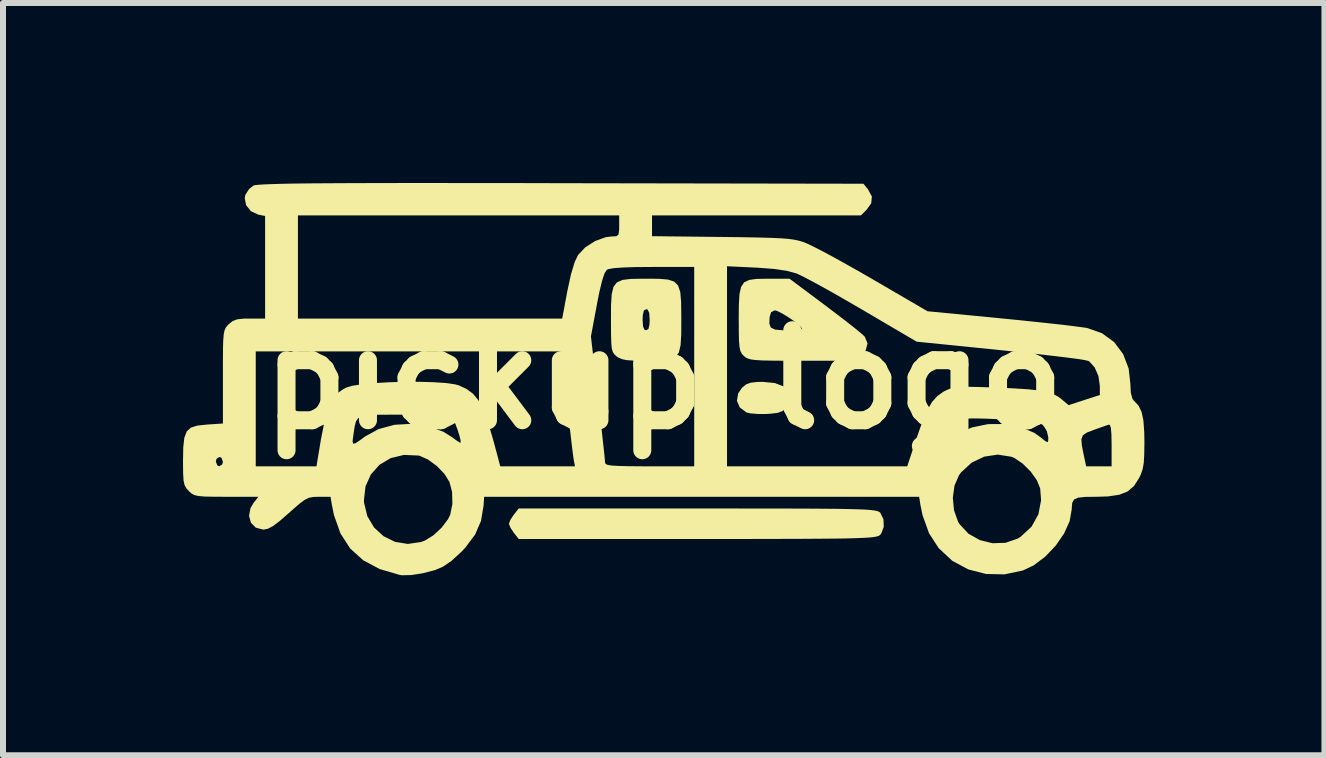
<source format=kicad_pcb>
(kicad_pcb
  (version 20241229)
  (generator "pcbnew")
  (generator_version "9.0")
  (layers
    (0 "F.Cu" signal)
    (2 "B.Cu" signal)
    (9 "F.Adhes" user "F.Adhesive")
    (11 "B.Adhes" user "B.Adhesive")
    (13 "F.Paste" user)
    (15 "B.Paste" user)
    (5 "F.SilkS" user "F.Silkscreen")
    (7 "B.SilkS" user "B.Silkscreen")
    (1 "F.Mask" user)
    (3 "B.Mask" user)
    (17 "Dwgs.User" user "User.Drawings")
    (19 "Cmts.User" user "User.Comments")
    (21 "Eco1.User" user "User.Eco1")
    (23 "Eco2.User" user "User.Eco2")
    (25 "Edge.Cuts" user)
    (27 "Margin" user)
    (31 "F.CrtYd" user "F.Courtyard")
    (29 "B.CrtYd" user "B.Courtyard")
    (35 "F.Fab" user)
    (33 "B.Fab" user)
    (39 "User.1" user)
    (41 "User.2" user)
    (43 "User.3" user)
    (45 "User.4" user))
  (footprint "pickup logo"
    (layer "F.Cu")
    (at 8.011 3.275)
    (property "Reference" "pickup logo" (at 0 0 0) (layer "F.SilkS") (effects (font (size 1.5 1.5) (thickness 0.3))))
    (attr board_only exclude_from_pos_files exclude_from_bom)
    (fp_poly (pts (xy 1.853 0.059) (xy 1.999 0.115) (xy 2.088 0.201) (xy 2.112 0.308) (xy 2.067 0.432) (xy 2.037 0.472) (xy 1.981 0.525) (xy 1.902 0.555) (xy 1.778 0.57) (xy 1.715 0.574) (xy 1.569 0.574) (xy 1.445 0.564) (xy 1.38 0.549) (xy 1.268 0.466) (xy 1.22 0.354) (xy 1.241 0.23) (xy 1.307 0.135) (xy 1.373 0.081) (xy 1.451 0.052) (xy 1.566 0.04) (xy 1.654 0.039)) (stroke (width 0) (type solid)) (fill yes) (layer "F.SilkS"))
    (fp_poly (pts (xy 1.117 2.149) (xy 1.598 2.15) (xy 2.012 2.15) (xy 2.363 2.151) (xy 2.657 2.153) (xy 2.899 2.155) (xy 3.095 2.159) (xy 3.249 2.163) (xy 3.368 2.168) (xy 3.455 2.175) (xy 3.517 2.183) (xy 3.559 2.192) (xy 3.586 2.203) (xy 3.604 2.215) (xy 3.609 2.221) (xy 3.662 2.328) (xy 3.667 2.455) (xy 3.625 2.566) (xy 3.602 2.593) (xy 3.583 2.605) (xy 3.553 2.615) (xy 3.506 2.624) (xy 3.437 2.632) (xy 3.34 2.638) (xy 3.211 2.643) (xy 3.044 2.648) (xy 2.834 2.651) (xy 2.575 2.653) (xy 2.263 2.655) (xy 1.892 2.656) (xy 1.457 2.657) (xy 0.953 2.657) (xy 0.557 2.657) (xy -2.417 2.657) (xy -2.498 2.554) (xy -2.554 2.47) (xy -2.579 2.406) (xy -2.579 2.403) (xy -2.557 2.341) (xy -2.502 2.257) (xy -2.498 2.252) (xy -2.417 2.149) (xy 0.563 2.149)) (stroke (width 0) (type solid)) (fill yes) (layer "F.SilkS"))
    (fp_poly (pts (xy -0.082 -1.679) (xy 0.071 -1.666) (xy 0.175 -1.632) (xy 0.24 -1.566) (xy 0.276 -1.457) (xy 0.29 -1.294) (xy 0.293 -1.066) (xy 0.293 -0.996) (xy 0.292 -0.751) (xy 0.281 -0.572) (xy 0.252 -0.45) (xy 0.195 -0.374) (xy 0.102 -0.333) (xy -0.038 -0.316) (xy -0.233 -0.313) (xy -0.293 -0.313) (xy -0.484 -0.315) (xy -0.615 -0.323) (xy -0.702 -0.341) (xy -0.763 -0.37) (xy -0.787 -0.387) (xy -0.824 -0.421) (xy -0.849 -0.461) (xy -0.866 -0.52) (xy -0.874 -0.614) (xy -0.878 -0.757) (xy -0.879 -0.961) (xy -0.879 -0.996) (xy -0.352 -0.996) (xy -0.344 -0.881) (xy -0.318 -0.828) (xy -0.293 -0.821) (xy -0.254 -0.844) (xy -0.237 -0.922) (xy -0.234 -0.996) (xy -0.242 -1.112) (xy -0.268 -1.165) (xy -0.293 -1.172) (xy -0.332 -1.149) (xy -0.349 -1.071) (xy -0.352 -0.996) (xy -0.879 -0.996) (xy -0.878 -1.242) (xy -0.867 -1.421) (xy -0.838 -1.543) (xy -0.781 -1.619) (xy -0.688 -1.66) (xy -0.548 -1.677) (xy -0.353 -1.68) (xy -0.293 -1.68)) (stroke (width 0) (type solid)) (fill yes) (layer "F.SilkS"))
    (fp_poly (pts (xy 2.699 -1.23) (xy 2.89 -1.085) (xy 3.062 -0.953) (xy 3.203 -0.842) (xy 3.302 -0.76) (xy 3.35 -0.715) (xy 3.351 -0.714) (xy 3.397 -0.601) (xy 3.365 -0.484) (xy 3.304 -0.409) (xy 3.208 -0.313) (xy 2.315 -0.313) (xy 2.027 -0.313) (xy 1.807 -0.315) (xy 1.644 -0.318) (xy 1.529 -0.325) (xy 1.45 -0.336) (xy 1.398 -0.351) (xy 1.361 -0.371) (xy 1.336 -0.392) (xy 1.301 -0.43) (xy 1.278 -0.475) (xy 1.263 -0.544) (xy 1.254 -0.65) (xy 1.251 -0.806) (xy 1.251 -0.932) (xy 1.76 -0.932) (xy 1.786 -0.865) (xy 1.857 -0.832) (xy 1.986 -0.821) (xy 2.05 -0.821) (xy 2.18 -0.825) (xy 2.271 -0.835) (xy 2.305 -0.85) (xy 2.273 -0.893) (xy 2.194 -0.958) (xy 2.09 -1.03) (xy 1.982 -1.097) (xy 1.892 -1.142) (xy 1.85 -1.153) (xy 1.79 -1.123) (xy 1.765 -1.042) (xy 1.76 -0.932) (xy 1.251 -0.932) (xy 1.25 -0.998) (xy 1.252 -1.244) (xy 1.262 -1.422) (xy 1.289 -1.543) (xy 1.34 -1.619) (xy 1.424 -1.66) (xy 1.547 -1.677) (xy 1.719 -1.68) (xy 1.752 -1.68) (xy 2.097 -1.68)) (stroke (width 0) (type solid)) (fill yes) (layer "F.SilkS"))
    (fp_poly (pts (xy -3.15 -3.274) (xy -2.465 -3.274) (xy -1.706 -3.272) (xy 3.328 -3.263) (xy 3.403 -3.171) (xy 3.469 -3.05) (xy 3.458 -2.936) (xy 3.382 -2.831) (xy 3.286 -2.735) (xy 1.545 -2.735) (xy -0.195 -2.735) (xy -0.195 -2.562) (xy -0.195 -2.389) (xy 0.967 -2.376) (xy 1.306 -2.372) (xy 1.576 -2.367) (xy 1.788 -2.361) (xy 1.951 -2.354) (xy 2.077 -2.344) (xy 2.173 -2.331) (xy 2.252 -2.314) (xy 2.322 -2.293) (xy 2.347 -2.284) (xy 2.439 -2.243) (xy 2.587 -2.169) (xy 2.779 -2.067) (xy 3.004 -1.943) (xy 3.249 -1.805) (xy 3.48 -1.672) (xy 4.396 -1.138) (xy 5.627 -1.019) (xy 5.939 -0.988) (xy 6.236 -0.957) (xy 6.505 -0.928) (xy 6.735 -0.902) (xy 6.914 -0.879) (xy 7.032 -0.863) (xy 7.06 -0.858) (xy 7.305 -0.771) (xy 7.506 -0.624) (xy 7.656 -0.425) (xy 7.748 -0.185) (xy 7.776 0.062) (xy 7.785 0.223) (xy 7.811 0.32) (xy 7.837 0.354) (xy 7.912 0.434) (xy 7.963 0.538) (xy 7.994 0.681) (xy 8.008 0.877) (xy 8.011 1.045) (xy 8.008 1.245) (xy 8 1.388) (xy 7.981 1.494) (xy 7.95 1.584) (xy 7.923 1.64) (xy 7.838 1.773) (xy 7.733 1.864) (xy 7.593 1.92) (xy 7.403 1.948) (xy 7.205 1.954) (xy 7.023 1.956) (xy 6.906 1.969) (xy 6.839 1.999) (xy 6.808 2.053) (xy 6.8 2.139) (xy 6.799 2.165) (xy 6.765 2.36) (xy 6.672 2.566) (xy 6.532 2.769) (xy 6.358 2.952) (xy 6.165 3.097) (xy 5.983 3.183) (xy 5.677 3.247) (xy 5.371 3.24) (xy 5.078 3.165) (xy 4.814 3.024) (xy 4.8 3.013) (xy 4.582 2.81) (xy 4.421 2.561) (xy 4.313 2.26) (xy 4.28 2.1) (xy 4.259 1.97) (xy 4.818 1.97) (xy 4.838 2.18) (xy 4.905 2.368) (xy 4.93 2.41) (xy 5.078 2.569) (xy 5.268 2.676) (xy 5.48 2.728) (xy 5.696 2.721) (xy 5.898 2.651) (xy 5.949 2.619) (xy 6.13 2.452) (xy 6.244 2.246) (xy 6.289 2.011) (xy 6.274 1.816) (xy 6.219 1.679) (xy 6.115 1.533) (xy 5.982 1.401) (xy 5.844 1.307) (xy 5.795 1.287) (xy 5.567 1.251) (xy 5.341 1.285) (xy 5.132 1.385) (xy 4.958 1.545) (xy 4.92 1.596) (xy 4.846 1.766) (xy 4.818 1.97) (xy 4.259 1.97) (xy 4.256 1.954) (xy 0.631 1.954) (xy -2.993 1.954) (xy -3.002 2.1) (xy -3.045 2.356) (xy -3.144 2.585) (xy -3.309 2.805) (xy -3.377 2.876) (xy -3.538 3.023) (xy -3.679 3.119) (xy -3.81 3.175) (xy -4.012 3.228) (xy -4.203 3.258) (xy -4.356 3.262) (xy -4.396 3.257) (xy -4.732 3.159) (xy -5.007 3.013) (xy -5.225 2.816) (xy -5.387 2.565) (xy -5.496 2.257) (xy -5.528 2.1) (xy -5.543 2.013) (xy -4.996 2.013) (xy -4.994 2.052) (xy -4.94 2.276) (xy -4.828 2.465) (xy -4.669 2.611) (xy -4.478 2.705) (xy -4.266 2.74) (xy -4.045 2.708) (xy -3.975 2.681) (xy -3.837 2.595) (xy -3.701 2.468) (xy -3.594 2.326) (xy -3.558 2.254) (xy -3.522 2.074) (xy -3.527 1.874) (xy -3.57 1.708) (xy -3.653 1.574) (xy -3.78 1.442) (xy -3.926 1.334) (xy -4.065 1.272) (xy -4.084 1.267) (xy -4.329 1.256) (xy -4.55 1.31) (xy -4.737 1.421) (xy -4.88 1.581) (xy -4.97 1.781) (xy -4.996 2.013) (xy -5.543 2.013) (xy -5.552 1.954) (xy -5.75 1.954) (xy -5.841 1.957) (xy -5.915 1.971) (xy -5.987 2.007) (xy -6.076 2.074) (xy -6.199 2.182) (xy -6.25 2.227) (xy -6.401 2.359) (xy -6.513 2.443) (xy -6.598 2.487) (xy -6.67 2.501) (xy -6.674 2.501) (xy -6.798 2.469) (xy -6.879 2.387) (xy -6.911 2.271) (xy -6.886 2.142) (xy -6.836 2.057) (xy -6.755 1.954) (xy -7.287 1.954) (xy -7.501 1.953) (xy -7.652 1.95) (xy -7.753 1.941) (xy -7.82 1.926) (xy -7.867 1.901) (xy -7.909 1.864) (xy -7.915 1.858) (xy -7.958 1.809) (xy -7.986 1.756) (xy -8.002 1.68) (xy -8.009 1.564) (xy -8.011 1.39) (xy -8.011 1.368) (xy -7.464 1.368) (xy -7.439 1.431) (xy -7.405 1.446) (xy -7.357 1.413) (xy -7.346 1.368) (xy -7.371 1.304) (xy -7.405 1.29) (xy -7.453 1.322) (xy -7.464 1.368) (xy -8.011 1.368) (xy -8.011 1.354) (xy -8.007 1.129) (xy -7.989 0.97) (xy -7.949 0.865) (xy -7.879 0.801) (xy -7.771 0.767) (xy -7.617 0.751) (xy -7.606 0.75) (xy -7.346 0.733) (xy -7.346 -0.045) (xy -7.346 -0.31) (xy -7.345 -0.469) (xy -6.799 -0.469) (xy -6.799 0.488) (xy -6.799 1.446) (xy -6.293 1.446) (xy -5.787 1.446) (xy -5.766 1.319) (xy -5.717 1.026) (xy -5.185 1.026) (xy -5.177 1.069) (xy -5.137 1.062) (xy -5.053 1.006) (xy -4.98 0.951) (xy -4.75 0.825) (xy -4.485 0.754) (xy -4.204 0.738) (xy -3.926 0.776) (xy -3.672 0.87) (xy -3.532 0.958) (xy -3.448 1.019) (xy -3.394 1.053) (xy -3.387 1.055) (xy -3.384 1.023) (xy -3.402 0.943) (xy -3.435 0.839) (xy -3.473 0.737) (xy -3.508 0.659) (xy -3.521 0.639) (xy -3.555 0.62) (xy -3.624 0.606) (xy -3.738 0.596) (xy -3.906 0.59) (xy -4.137 0.587) (xy -4.324 0.586) (xy -4.592 0.586) (xy -4.793 0.587) (xy -4.936 0.595) (xy -5.033 0.613) (xy -5.094 0.647) (xy -5.129 0.699) (xy -5.149 0.774) (xy -5.165 0.877) (xy -5.173 0.931) (xy -5.185 1.026) (xy -5.717 1.026) (xy -5.713 1) (xy -5.663 0.749) (xy -5.614 0.556) (xy -5.562 0.411) (xy -5.501 0.303) (xy -5.43 0.223) (xy -5.342 0.162) (xy -5.289 0.133) (xy -5.186 0.103) (xy -5.022 0.078) (xy -4.811 0.059) (xy -4.571 0.045) (xy -4.316 0.038) (xy -4.064 0.038) (xy -3.829 0.045) (xy -3.628 0.058) (xy -3.478 0.08) (xy -3.418 0.096) (xy -3.286 0.157) (xy -3.179 0.236) (xy -3.09 0.343) (xy -3.011 0.49) (xy -2.936 0.689) (xy -2.858 0.95) (xy -2.831 1.045) (xy -2.724 1.446) (xy -2.101 1.446) (xy -1.479 1.446) (xy -1.5 1.338) (xy -1.51 1.267) (xy -1.527 1.132) (xy -1.549 0.947) (xy -1.574 0.726) (xy -1.601 0.485) (xy -1.602 0.469) (xy -1.629 0.228) (xy -1.653 0.009) (xy -1.675 -0.174) (xy -1.692 -0.308) (xy -1.702 -0.379) (xy -1.703 -0.381) (xy -1.721 -0.469) (xy -4.26 -0.469) (xy -6.799 -0.469) (xy -7.345 -0.469) (xy -7.345 -0.509) (xy -7.341 -0.652) (xy -7.335 -0.718) (xy -1.213 -0.718) (xy -1.095 0.304) (xy -1.063 0.58) (xy -1.035 0.833) (xy -1.011 1.051) (xy -0.992 1.223) (xy -0.981 1.339) (xy -0.977 1.386) (xy -0.968 1.407) (xy -0.935 1.422) (xy -0.868 1.433) (xy -0.757 1.44) (xy -0.593 1.444) (xy -0.364 1.446) (xy -0.234 1.446) (xy 0.508 1.446) (xy 0.508 -0.215) (xy 0.508 -1.876) (xy -0.188 -1.876) (xy -0.473 -1.874) (xy -0.685 -1.867) (xy -0.833 -1.856) (xy -0.922 -1.84) (xy -0.95 -1.827) (xy -0.987 -1.768) (xy -1.028 -1.643) (xy -1.075 -1.448) (xy -1.114 -1.248) (xy -1.213 -0.718) (xy -7.335 -0.718) (xy -7.333 -0.75) (xy -7.32 -0.816) (xy -7.301 -0.861) (xy -7.274 -0.896) (xy -7.251 -0.92) (xy -7.185 -0.974) (xy -7.109 -1.003) (xy -6.997 -1.015) (xy -6.899 -1.016) (xy -6.643 -1.016) (xy -6.643 -1.871) (xy -6.643 -2.726) (xy -6.692 -2.735) (xy -6.096 -2.735) (xy -6.096 -1.876) (xy -6.096 -1.016) (xy -3.894 -1.016) (xy -1.692 -1.016) (xy -1.606 -1.475) (xy -1.545 -1.756) (xy -1.505 -1.888) (xy 1.055 -1.888) (xy 1.055 -0.221) (xy 1.055 1.446) (xy 2.556 1.446) (xy 4.058 1.446) (xy 4.217 0.966) (xy 4.767 0.966) (xy 4.797 0.96) (xy 4.869 0.921) (xy 4.894 0.907) (xy 5.137 0.798) (xy 5.406 0.743) (xy 5.682 0.741) (xy 5.945 0.789) (xy 6.177 0.889) (xy 6.272 0.956) (xy 6.356 1.024) (xy 6.396 1.045) (xy 6.408 1.02) (xy 6.408 0.996) (xy 6.96 0.996) (xy 6.969 1.102) (xy 6.998 1.249) (xy 7.04 1.446) (xy 7.252 1.446) (xy 7.464 1.446) (xy 7.464 1.09) (xy 7.461 0.914) (xy 7.452 0.806) (xy 7.434 0.756) (xy 7.415 0.752) (xy 7.352 0.774) (xy 7.244 0.812) (xy 7.161 0.842) (xy 7.049 0.885) (xy 6.985 0.93) (xy 6.96 0.996) (xy 6.408 0.996) (xy 6.409 0.962) (xy 6.384 0.86) (xy 6.339 0.783) (xy 6.308 0.751) (xy 6.265 0.727) (xy 6.199 0.709) (xy 6.097 0.694) (xy 5.946 0.682) (xy 5.734 0.669) (xy 5.63 0.663) (xy 5.374 0.652) (xy 5.166 0.648) (xy 5.016 0.651) (xy 4.931 0.662) (xy 4.922 0.665) (xy 4.869 0.721) (xy 4.815 0.817) (xy 4.776 0.917) (xy 4.767 0.966) (xy 4.217 0.966) (xy 4.221 0.956) (xy 4.31 0.703) (xy 4.391 0.513) (xy 4.471 0.375) (xy 4.559 0.276) (xy 4.661 0.203) (xy 4.715 0.176) (xy 4.775 0.151) (xy 4.844 0.134) (xy 4.934 0.124) (xy 5.059 0.121) (xy 5.232 0.124) (xy 5.466 0.131) (xy 5.546 0.134) (xy 5.845 0.148) (xy 6.078 0.163) (xy 6.256 0.183) (xy 6.391 0.208) (xy 6.493 0.242) (xy 6.575 0.286) (xy 6.635 0.332) (xy 6.748 0.427) (xy 7.008 0.342) (xy 7.268 0.258) (xy 7.268 0.107) (xy 7.245 -0.056) (xy 7.183 -0.2) (xy 7.095 -0.299) (xy 7.077 -0.31) (xy 7.022 -0.323) (xy 6.899 -0.343) (xy 6.716 -0.367) (xy 6.484 -0.395) (xy 6.211 -0.426) (xy 5.907 -0.459) (xy 5.609 -0.49) (xy 4.215 -0.631) (xy 3.312 -1.162) (xy 3.06 -1.308) (xy 2.821 -1.445) (xy 2.604 -1.566) (xy 2.422 -1.664) (xy 2.286 -1.734) (xy 2.213 -1.768) (xy 2.055 -1.811) (xy 1.841 -1.843) (xy 1.56 -1.864) (xy 1.536 -1.865) (xy 1.055 -1.888) (xy -1.505 -1.888) (xy -1.483 -1.96) (xy -1.427 -2.076) (xy -1.306 -2.204) (xy -1.141 -2.309) (xy -0.964 -2.373) (xy -0.867 -2.384) (xy -0.79 -2.388) (xy -0.754 -2.416) (xy -0.743 -2.488) (xy -0.742 -2.56) (xy -0.742 -2.735) (xy -3.419 -2.735) (xy -6.096 -2.735) (xy -6.692 -2.735) (xy -6.759 -2.749) (xy -6.879 -2.805) (xy -6.959 -2.905) (xy -6.983 -3.025) (xy -6.971 -3.08) (xy -6.909 -3.176) (xy -6.838 -3.232) (xy -6.809 -3.24) (xy -6.75 -3.246) (xy -6.658 -3.252) (xy -6.529 -3.257) (xy -6.36 -3.262) (xy -6.148 -3.266) (xy -5.888 -3.269) (xy -5.578 -3.271) (xy -5.215 -3.273) (xy -4.793 -3.274) (xy -4.311 -3.275) (xy -3.765 -3.275)) (stroke (width 0) (type solid)) (fill yes) (layer "F.SilkS")))
  (gr_rect
    (start -3 -3)
    (end 19.022 9.537)
    (stroke (width 0.1) (type default))
    (fill no)
    (layer "Edge.Cuts")))
</source>
